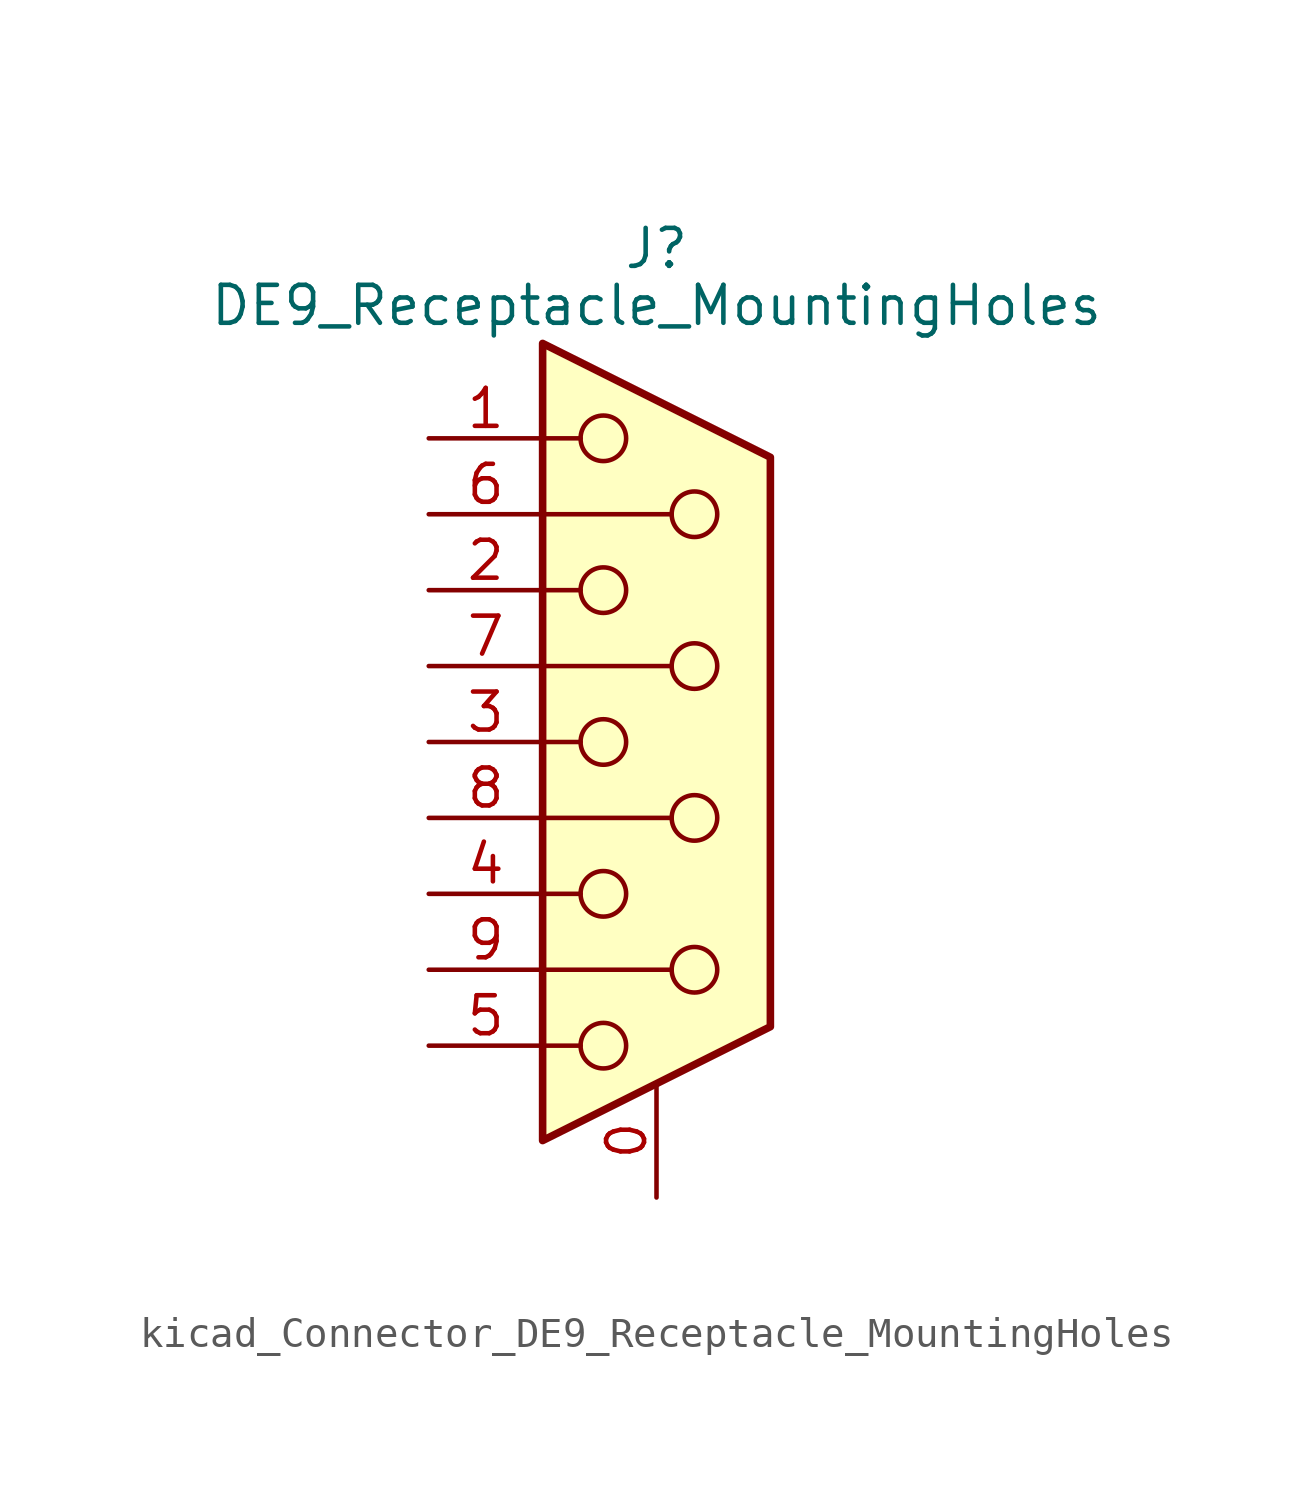
<source format=kicad_sym>
(kicad_symbol_lib
  (version 20220914)
  (generator kicad_symbol_editor)
  (symbol "kicad_Connector_DE9_Receptacle_MountingHoles"
    (pin_names
      (offset 1.016) hide)
    (property "Reference" "J"
      (at 0 16.51 0)
      (effects (font (size 1.27 1.27))))
    (property "Value" "DE9_Receptacle_MountingHoles"
      (at 0 14.605 0)
      (effects (font (size 1.27 1.27))))
    (symbol "kicad_Connector_DE9_Receptacle_MountingHoles_0_1"
      (circle (center -1.778 -10.16) (radius 0.762) (stroke (width 0) (type default)) (fill (type none)))
      (circle (center -1.778 -5.08) (radius 0.762) (stroke (width 0) (type default)) (fill (type none)))
      (circle (center -1.778 0) (radius 0.762) (stroke (width 0) (type default)) (fill (type none)))
      (circle (center -1.778 5.08) (radius 0.762) (stroke (width 0) (type default)) (fill (type none)))
      (circle (center -1.778 10.16) (radius 0.762) (stroke (width 0) (type default)) (fill (type none)))
      (polyline (pts (xy -3.81 -10.16) (xy -2.54 -10.16)) (stroke (width 0) (type default)) (fill (type none)))
      (polyline (pts (xy -3.81 -7.62) (xy 0.508 -7.62)) (stroke (width 0) (type default)) (fill (type none)))
      (polyline (pts (xy -3.81 -5.08) (xy -2.54 -5.08)) (stroke (width 0) (type default)) (fill (type none)))
      (polyline (pts (xy -3.81 -2.54) (xy 0.508 -2.54)) (stroke (width 0) (type default)) (fill (type none)))
      (polyline (pts (xy -3.81 0) (xy -2.54 0)) (stroke (width 0) (type default)) (fill (type none)))
      (polyline (pts (xy -3.81 2.54) (xy 0.508 2.54)) (stroke (width 0) (type default)) (fill (type none)))
      (polyline (pts (xy -3.81 5.08) (xy -2.54 5.08)) (stroke (width 0) (type default)) (fill (type none)))
      (polyline (pts (xy -3.81 7.62) (xy 0.508 7.62)) (stroke (width 0) (type default)) (fill (type none)))
      (polyline (pts (xy -3.81 10.16) (xy -2.54 10.16)) (stroke (width 0) (type default)) (fill (type none)))
      (polyline (pts (xy -3.81 13.335) (xy -3.81 -13.335) (xy 3.81 -9.525) (xy 3.81 9.525) (xy -3.81 13.335)) (stroke (width 0.254) (type default)) (fill (type background)))
      (circle (center 1.27 -7.62) (radius 0.762) (stroke (width 0) (type default)) (fill (type none)))
      (circle (center 1.27 -2.54) (radius 0.762) (stroke (width 0) (type default)) (fill (type none)))
      (circle (center 1.27 2.54) (radius 0.762) (stroke (width 0) (type default)) (fill (type none)))
      (circle (center 1.27 7.62) (radius 0.762) (stroke (width 0) (type default)) (fill (type none))))
    (symbol "kicad_Connector_DE9_Receptacle_MountingHoles_1_1"
      (pin passive line (at 0 -15.24 90) (length 3.81) (name "PAD" (effects (font (size 1.27 1.27)))) (number "0" (effects (font (size 1.27 1.27)))))
      (pin passive line (at -7.62 10.16 0) (length 3.81) (name "1" (effects (font (size 1.27 1.27)))) (number "1" (effects (font (size 1.27 1.27)))))
      (pin passive line (at -7.62 5.08 0) (length 3.81) (name "2" (effects (font (size 1.27 1.27)))) (number "2" (effects (font (size 1.27 1.27)))))
      (pin passive line (at -7.62 0 0) (length 3.81) (name "3" (effects (font (size 1.27 1.27)))) (number "3" (effects (font (size 1.27 1.27)))))
      (pin passive line (at -7.62 -5.08 0) (length 3.81) (name "4" (effects (font (size 1.27 1.27)))) (number "4" (effects (font (size 1.27 1.27)))))
      (pin passive line (at -7.62 -10.16 0) (length 3.81) (name "5" (effects (font (size 1.27 1.27)))) (number "5" (effects (font (size 1.27 1.27)))))
      (pin passive line (at -7.62 7.62 0) (length 3.81) (name "6" (effects (font (size 1.27 1.27)))) (number "6" (effects (font (size 1.27 1.27)))))
      (pin passive line (at -7.62 2.54 0) (length 3.81) (name "7" (effects (font (size 1.27 1.27)))) (number "7" (effects (font (size 1.27 1.27)))))
      (pin passive line (at -7.62 -2.54 0) (length 3.81) (name "8" (effects (font (size 1.27 1.27)))) (number "8" (effects (font (size 1.27 1.27)))))
      (pin passive line (at -7.62 -7.62 0) (length 3.81) (name "9" (effects (font (size 1.27 1.27)))) (number "9" (effects (font (size 1.27 1.27))))))))
</source>
